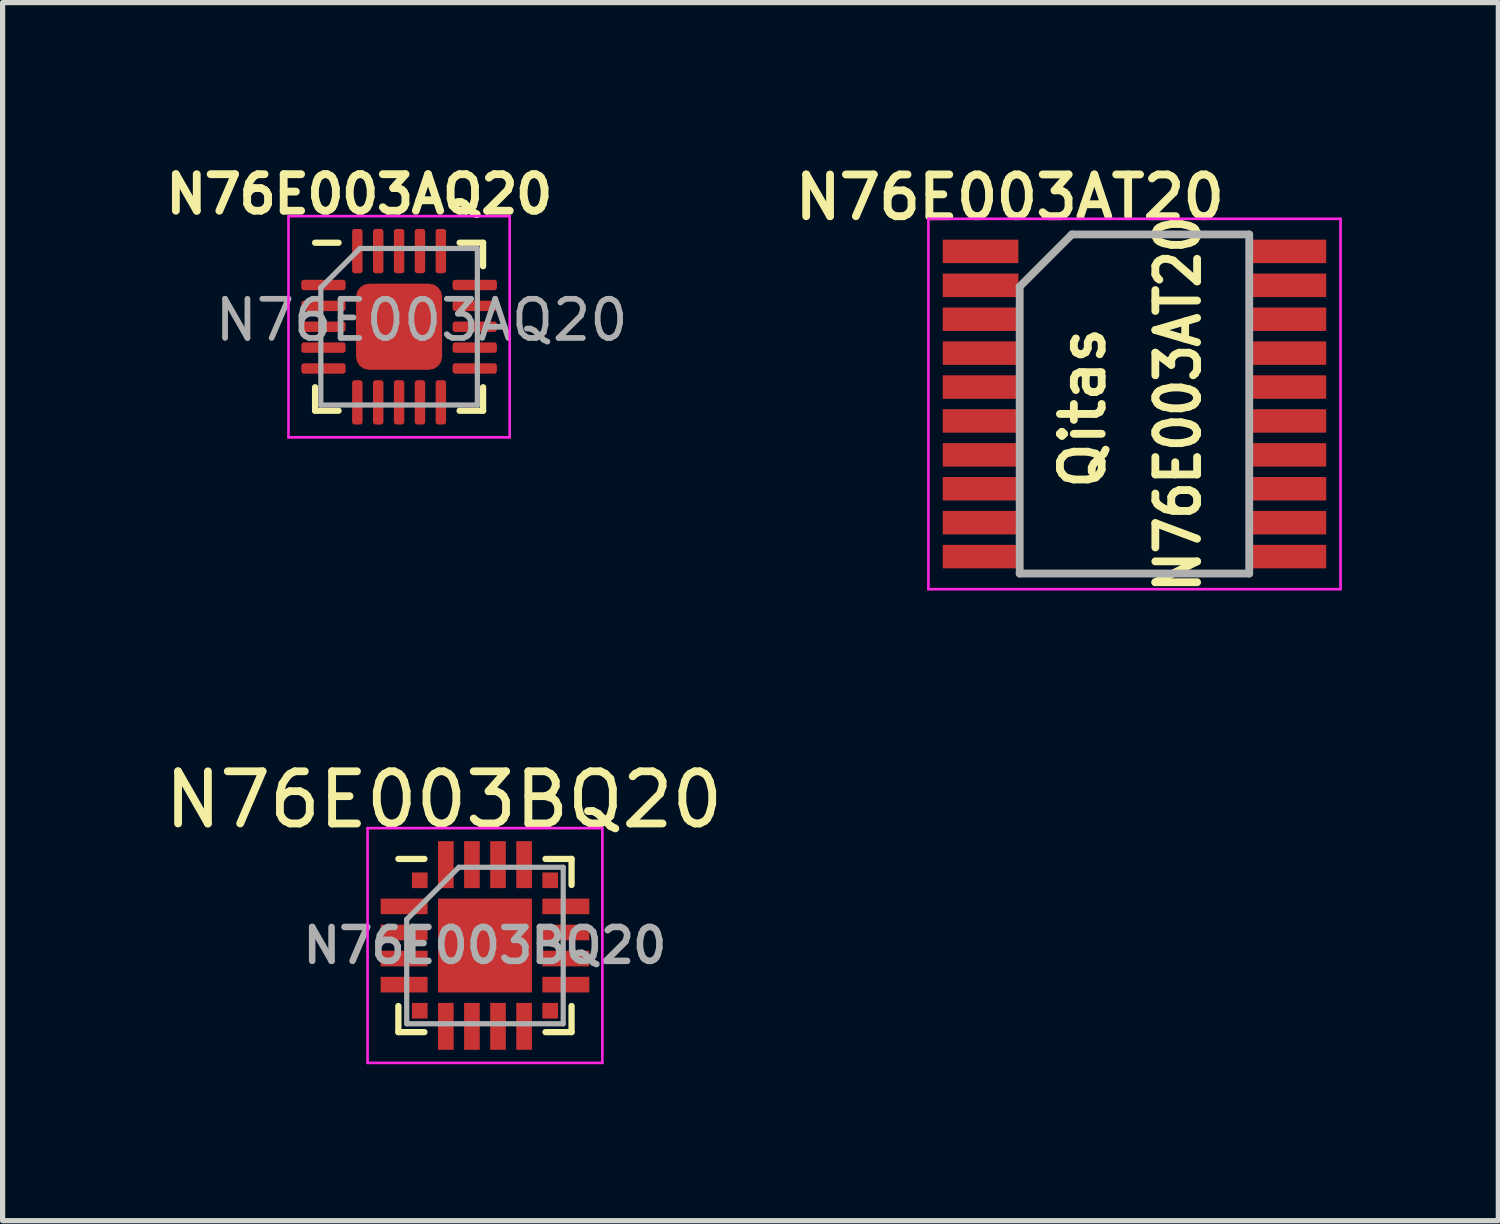
<source format=kicad_pcb>
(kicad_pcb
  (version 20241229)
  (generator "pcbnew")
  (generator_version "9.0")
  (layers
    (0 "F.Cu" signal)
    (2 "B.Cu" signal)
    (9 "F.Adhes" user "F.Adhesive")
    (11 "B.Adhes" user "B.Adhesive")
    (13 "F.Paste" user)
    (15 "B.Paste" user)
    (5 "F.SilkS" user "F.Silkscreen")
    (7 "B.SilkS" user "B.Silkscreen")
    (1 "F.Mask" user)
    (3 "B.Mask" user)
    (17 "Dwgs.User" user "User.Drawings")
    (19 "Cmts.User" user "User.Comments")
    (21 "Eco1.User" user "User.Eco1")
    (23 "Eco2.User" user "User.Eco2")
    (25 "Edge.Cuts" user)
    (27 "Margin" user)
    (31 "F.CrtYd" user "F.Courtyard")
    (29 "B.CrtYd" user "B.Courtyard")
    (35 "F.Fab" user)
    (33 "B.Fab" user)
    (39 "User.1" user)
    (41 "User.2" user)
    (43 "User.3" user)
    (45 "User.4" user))
  (footprint "N76E003AT20"
    (layer "F.Cu")
    (at 18.696 4.694)
    (property "Reference" "N76E003AT20" (at -2.388 -3.962 0) (layer "F.SilkS") (effects (font (size 0.8 0.8) (thickness 0.15))))
    (attr smd)
    (fp_line (start -3.95 -3.55) (end -3.95 3.55) (stroke (width 0.05) (type solid)) (layer "F.CrtYd"))
    (fp_line (start -3.95 -3.55) (end 3.95 -3.55) (stroke (width 0.05) (type solid)) (layer "F.CrtYd"))
    (fp_line (start -3.95 3.55) (end 3.95 3.55) (stroke (width 0.05) (type solid)) (layer "F.CrtYd"))
    (fp_line (start 3.95 -3.55) (end 3.95 3.55) (stroke (width 0.05) (type solid)) (layer "F.CrtYd"))
    (fp_line (start -2.2 -2.25) (end -1.2 -3.25) (stroke (width 0.15) (type solid)) (layer "F.Fab"))
    (fp_line (start -2.2 3.25) (end -2.2 -2.25) (stroke (width 0.15) (type solid)) (layer "F.Fab"))
    (fp_line (start -1.2 -3.25) (end 2.2 -3.25) (stroke (width 0.15) (type solid)) (layer "F.Fab"))
    (fp_line (start 2.2 -3.25) (end 2.2 3.25) (stroke (width 0.15) (type solid)) (layer "F.Fab"))
    (fp_line (start 2.2 3.25) (end -2.2 3.25) (stroke (width 0.15) (type solid)) (layer "F.Fab"))
    (fp_text user "N76E003AT20" (at 0.838 0 270) (layer "F.SilkS") (effects (font (size 0.8 0.7) (thickness 0.15))))
    (fp_text user "Qitas" (at -0.991 0.076 270) (layer "F.SilkS") (effects (font (size 0.8 0.8) (thickness 0.15))))
    (pad "1" smd rect (at -2.95 -2.925) (size 1.45 0.45) (layers "F.Cu" "F.Mask" "F.Paste"))
    (pad "2" smd rect (at -2.95 -2.275) (size 1.45 0.45) (layers "F.Cu" "F.Mask" "F.Paste"))
    (pad "3" smd rect (at -2.95 -1.625) (size 1.45 0.45) (layers "F.Cu" "F.Mask" "F.Paste"))
    (pad "4" smd rect (at -2.95 -0.975) (size 1.45 0.45) (layers "F.Cu" "F.Mask" "F.Paste"))
    (pad "5" smd rect (at -2.95 -0.325) (size 1.45 0.45) (layers "F.Cu" "F.Mask" "F.Paste"))
    (pad "6" smd rect (at -2.95 0.325) (size 1.45 0.45) (layers "F.Cu" "F.Mask" "F.Paste"))
    (pad "7" smd rect (at -2.95 0.975) (size 1.45 0.45) (layers "F.Cu" "F.Mask" "F.Paste"))
    (pad "8" smd rect (at -2.95 1.625) (size 1.45 0.45) (layers "F.Cu" "F.Mask" "F.Paste"))
    (pad "9" smd rect (at -2.95 2.275) (size 1.45 0.45) (layers "F.Cu" "F.Mask" "F.Paste"))
    (pad "10" smd rect (at -2.95 2.925) (size 1.45 0.45) (layers "F.Cu" "F.Mask" "F.Paste"))
    (pad "11" smd rect (at 2.95 2.925) (size 1.45 0.45) (layers "F.Cu" "F.Mask" "F.Paste"))
    (pad "12" smd rect (at 2.95 2.275) (size 1.45 0.45) (layers "F.Cu" "F.Mask" "F.Paste"))
    (pad "13" smd rect (at 2.95 1.625) (size 1.45 0.45) (layers "F.Cu" "F.Mask" "F.Paste"))
    (pad "14" smd rect (at 2.95 0.975) (size 1.45 0.45) (layers "F.Cu" "F.Mask" "F.Paste"))
    (pad "15" smd rect (at 2.95 0.325) (size 1.45 0.45) (layers "F.Cu" "F.Mask" "F.Paste"))
    (pad "16" smd rect (at 2.95 -0.325) (size 1.45 0.45) (layers "F.Cu" "F.Mask" "F.Paste"))
    (pad "17" smd rect (at 2.95 -0.975) (size 1.45 0.45) (layers "F.Cu" "F.Mask" "F.Paste"))
    (pad "18" smd rect (at 2.95 -1.625) (size 1.45 0.45) (layers "F.Cu" "F.Mask" "F.Paste"))
    (pad "19" smd rect (at 2.95 -2.275) (size 1.45 0.45) (layers "F.Cu" "F.Mask" "F.Paste"))
    (pad "20" smd rect (at 2.95 -2.925) (size 1.45 0.45) (layers "F.Cu" "F.Mask" "F.Paste")))
  (footprint "N76E003BQ20"
    (layer "F.Cu")
    (at 6.246 15.074)
    (property "Reference" "N76E003BQ20" (at -0.787 -2.794 0) (layer "F.SilkS") (effects (font (size 1 1) (thickness 0.15))))
    (attr smd)
    (fp_line (start -1.66 -1.66) (end -1.16 -1.66) (stroke (width 0.12) (type solid)) (layer "F.SilkS"))
    (fp_line (start -1.66 1.66) (end -1.66 1.16) (stroke (width 0.12) (type solid)) (layer "F.SilkS"))
    (fp_line (start -1.16 1.66) (end -1.66 1.66) (stroke (width 0.12) (type solid)) (layer "F.SilkS"))
    (fp_line (start 1.16 -1.66) (end 1.66 -1.66) (stroke (width 0.12) (type solid)) (layer "F.SilkS"))
    (fp_line (start 1.16 1.66) (end 1.66 1.66) (stroke (width 0.12) (type solid)) (layer "F.SilkS"))
    (fp_line (start 1.66 -1.66) (end 1.66 -1.16) (stroke (width 0.12) (type solid)) (layer "F.SilkS"))
    (fp_line (start 1.66 1.66) (end 1.66 1.16) (stroke (width 0.12) (type solid)) (layer "F.SilkS"))
    (fp_line (start -2.25 -2.25) (end -2.25 2.25) (stroke (width 0.05) (type solid)) (layer "F.CrtYd"))
    (fp_line (start -2.25 2.25) (end 2.25 2.25) (stroke (width 0.05) (type solid)) (layer "F.CrtYd"))
    (fp_line (start 2.25 -2.25) (end -2.25 -2.25) (stroke (width 0.05) (type solid)) (layer "F.CrtYd"))
    (fp_line (start 2.25 2.25) (end 2.25 -2.25) (stroke (width 0.05) (type solid)) (layer "F.CrtYd"))
    (fp_line (start -1.5 -0.5) (end -0.5 -1.5) (stroke (width 0.1) (type solid)) (layer "F.Fab"))
    (fp_line (start -1.5 1.5) (end -1.5 -0.5) (stroke (width 0.1) (type solid)) (layer "F.Fab"))
    (fp_line (start -0.5 -1.5) (end 1.5 -1.5) (stroke (width 0.1) (type solid)) (layer "F.Fab"))
    (fp_line (start 1.5 -1.5) (end 1.5 1.5) (stroke (width 0.1) (type solid)) (layer "F.Fab"))
    (fp_line (start 1.5 1.5) (end -1.5 1.5) (stroke (width 0.1) (type solid)) (layer "F.Fab"))
    (fp_text user "${REFERENCE}" (at 0 0 0) (layer "F.Fab") (effects (font (size 0.65 0.65) (thickness 0.125))))
    (pad "" smd rect (at -0.45 -0.45) (size 0.54 0.54) (layers "F.Paste"))
    (pad "" smd rect (at -0.45 0.45) (size 0.54 0.54) (layers "F.Paste"))
    (pad "" smd rect (at 0.45 -0.45) (size 0.54 0.54) (layers "F.Paste"))
    (pad "" smd rect (at 0.45 0.45) (size 0.54 0.54) (layers "F.Paste"))
    (pad "1" smd rect (at -1.25 -1.25) (size 0.3 0.3) (layers "F.Cu" "F.Mask" "F.Paste"))
    (pad "2" smd rect (at -1.55 -0.75) (size 0.9 0.3) (layers "F.Cu" "F.Mask" "F.Paste"))
    (pad "3" smd rect (at -1.55 -0.25) (size 0.9 0.3) (layers "F.Cu" "F.Mask" "F.Paste"))
    (pad "4" smd rect (at -1.55 0.25) (size 0.9 0.3) (layers "F.Cu" "F.Mask" "F.Paste"))
    (pad "5" smd rect (at -1.55 0.75) (size 0.9 0.3) (layers "F.Cu" "F.Mask" "F.Paste"))
    (pad "6" smd rect (at -1.25 1.25) (size 0.3 0.3) (layers "F.Cu" "F.Mask" "F.Paste"))
    (pad "7" smd rect (at -0.75 1.55 90) (size 0.9 0.3) (layers "F.Cu" "F.Mask" "F.Paste"))
    (pad "8" smd rect (at -0.25 1.55 90) (size 0.9 0.3) (layers "F.Cu" "F.Mask" "F.Paste"))
    (pad "9" smd rect (at 0.25 1.55 90) (size 0.9 0.3) (layers "F.Cu" "F.Mask" "F.Paste"))
    (pad "10" smd rect (at 0.75 1.55 90) (size 0.9 0.3) (layers "F.Cu" "F.Mask" "F.Paste"))
    (pad "11" smd rect (at 1.25 1.25) (size 0.3 0.3) (layers "F.Cu" "F.Mask" "F.Paste"))
    (pad "12" smd rect (at 1.55 0.75) (size 0.9 0.3) (layers "F.Cu" "F.Mask" "F.Paste"))
    (pad "13" smd rect (at 1.55 0.25) (size 0.9 0.3) (layers "F.Cu" "F.Mask" "F.Paste"))
    (pad "14" smd rect (at 1.55 -0.25) (size 0.9 0.3) (layers "F.Cu" "F.Mask" "F.Paste"))
    (pad "15" smd rect (at 1.55 -0.75) (size 0.9 0.3) (layers "F.Cu" "F.Mask" "F.Paste"))
    (pad "16" smd rect (at 1.25 -1.25) (size 0.3 0.3) (layers "F.Cu" "F.Mask" "F.Paste"))
    (pad "17" smd rect (at 0.75 -1.55 90) (size 0.9 0.3) (layers "F.Cu" "F.Mask" "F.Paste"))
    (pad "18" smd rect (at 0.25 -1.55 90) (size 0.9 0.3) (layers "F.Cu" "F.Mask" "F.Paste"))
    (pad "19" smd rect (at -0.25 -1.55 90) (size 0.9 0.3) (layers "F.Cu" "F.Mask" "F.Paste"))
    (pad "20" smd rect (at -0.75 -1.55 90) (size 0.9 0.3) (layers "F.Cu" "F.Mask" "F.Paste"))
    (pad "21" smd rect (at 0 0) (size 1.8 1.8) (layers "F.Cu" "F.Mask")))
  (footprint "N76E003AQ20"
    (layer "F.Cu")
    (at 4.6 3.213)
    (property "Reference" "N76E003AQ20" (at -0.762 -2.54 0) (layer "F.SilkS") (effects (font (size 0.7 0.7) (thickness 0.15))))
    (attr smd)
    (fp_line (start -1.61 1.61) (end -1.61 1.16) (stroke (width 0.12) (type solid)) (layer "F.SilkS"))
    (fp_line (start -1.16 -1.61) (end -1.61 -1.61) (stroke (width 0.12) (type solid)) (layer "F.SilkS"))
    (fp_line (start -1.16 1.61) (end -1.61 1.61) (stroke (width 0.12) (type solid)) (layer "F.SilkS"))
    (fp_line (start 1.16 -1.61) (end 1.61 -1.61) (stroke (width 0.12) (type solid)) (layer "F.SilkS"))
    (fp_line (start 1.16 1.61) (end 1.61 1.61) (stroke (width 0.12) (type solid)) (layer "F.SilkS"))
    (fp_line (start 1.61 -1.61) (end 1.61 -1.16) (stroke (width 0.12) (type solid)) (layer "F.SilkS"))
    (fp_line (start 1.61 1.61) (end 1.61 1.16) (stroke (width 0.12) (type solid)) (layer "F.SilkS"))
    (fp_line (start -2.12 -2.12) (end -2.12 2.12) (stroke (width 0.05) (type solid)) (layer "F.CrtYd"))
    (fp_line (start -2.12 2.12) (end 2.12 2.12) (stroke (width 0.05) (type solid)) (layer "F.CrtYd"))
    (fp_line (start 2.12 -2.12) (end -2.12 -2.12) (stroke (width 0.05) (type solid)) (layer "F.CrtYd"))
    (fp_line (start 2.12 2.12) (end 2.12 -2.12) (stroke (width 0.05) (type solid)) (layer "F.CrtYd"))
    (fp_line (start -1.5 -0.75) (end -0.75 -1.5) (stroke (width 0.1) (type solid)) (layer "F.Fab"))
    (fp_line (start -1.5 1.5) (end -1.5 -0.75) (stroke (width 0.1) (type solid)) (layer "F.Fab"))
    (fp_line (start -0.75 -1.5) (end 1.5 -1.5) (stroke (width 0.1) (type solid)) (layer "F.Fab"))
    (fp_line (start 1.5 -1.5) (end 1.5 1.5) (stroke (width 0.1) (type solid)) (layer "F.Fab"))
    (fp_line (start 1.5 1.5) (end -1.5 1.5) (stroke (width 0.1) (type solid)) (layer "F.Fab"))
    (fp_text user "${REFERENCE}" (at 0.432 -0.127 0) (layer "F.Fab") (effects (font (size 0.75 0.75) (thickness 0.11))))
    (pad "" smd roundrect (at -0.41 -0.41) (size 0.67 0.67) (layers "F.Paste") (roundrect_rratio 0.25))
    (pad "" smd roundrect (at -0.41 0.41) (size 0.67 0.67) (layers "F.Paste") (roundrect_rratio 0.25))
    (pad "" smd roundrect (at 0.41 -0.41) (size 0.67 0.67) (layers "F.Paste") (roundrect_rratio 0.25))
    (pad "" smd roundrect (at 0.41 0.41) (size 0.67 0.67) (layers "F.Paste") (roundrect_rratio 0.25))
    (pad "1" smd roundrect (at -1.45 -0.8) (size 0.85 0.2) (layers "F.Cu" "F.Mask" "F.Paste") (roundrect_rratio 0.25))
    (pad "2" smd roundrect (at -1.45 -0.4) (size 0.85 0.2) (layers "F.Cu" "F.Mask" "F.Paste") (roundrect_rratio 0.25))
    (pad "3" smd roundrect (at -1.45 0) (size 0.85 0.2) (layers "F.Cu" "F.Mask" "F.Paste") (roundrect_rratio 0.25))
    (pad "4" smd roundrect (at -1.45 0.4) (size 0.85 0.2) (layers "F.Cu" "F.Mask" "F.Paste") (roundrect_rratio 0.25))
    (pad "5" smd roundrect (at -1.45 0.8) (size 0.85 0.2) (layers "F.Cu" "F.Mask" "F.Paste") (roundrect_rratio 0.25))
    (pad "6" smd roundrect (at -0.8 1.45) (size 0.2 0.85) (layers "F.Cu" "F.Mask" "F.Paste") (roundrect_rratio 0.25))
    (pad "7" smd roundrect (at -0.4 1.45) (size 0.2 0.85) (layers "F.Cu" "F.Mask" "F.Paste") (roundrect_rratio 0.25))
    (pad "8" smd roundrect (at 0 1.45) (size 0.2 0.85) (layers "F.Cu" "F.Mask" "F.Paste") (roundrect_rratio 0.25))
    (pad "9" smd roundrect (at 0.4 1.45) (size 0.2 0.85) (layers "F.Cu" "F.Mask" "F.Paste") (roundrect_rratio 0.25))
    (pad "10" smd roundrect (at 0.8 1.45) (size 0.2 0.85) (layers "F.Cu" "F.Mask" "F.Paste") (roundrect_rratio 0.25))
    (pad "11" smd roundrect (at 1.45 0.8) (size 0.85 0.2) (layers "F.Cu" "F.Mask" "F.Paste") (roundrect_rratio 0.25))
    (pad "12" smd roundrect (at 1.45 0.4) (size 0.85 0.2) (layers "F.Cu" "F.Mask" "F.Paste") (roundrect_rratio 0.25))
    (pad "13" smd roundrect (at 1.45 0) (size 0.85 0.2) (layers "F.Cu" "F.Mask" "F.Paste") (roundrect_rratio 0.25))
    (pad "14" smd roundrect (at 1.45 -0.4) (size 0.85 0.2) (layers "F.Cu" "F.Mask" "F.Paste") (roundrect_rratio 0.25))
    (pad "15" smd roundrect (at 1.45 -0.8) (size 0.85 0.2) (layers "F.Cu" "F.Mask" "F.Paste") (roundrect_rratio 0.25))
    (pad "16" smd roundrect (at 0.8 -1.45) (size 0.2 0.85) (layers "F.Cu" "F.Mask" "F.Paste") (roundrect_rratio 0.25))
    (pad "17" smd roundrect (at 0.4 -1.45) (size 0.2 0.85) (layers "F.Cu" "F.Mask" "F.Paste") (roundrect_rratio 0.25))
    (pad "18" smd roundrect (at 0 -1.45) (size 0.2 0.85) (layers "F.Cu" "F.Mask" "F.Paste") (roundrect_rratio 0.25))
    (pad "19" smd roundrect (at -0.4 -1.45) (size 0.2 0.85) (layers "F.Cu" "F.Mask" "F.Paste") (roundrect_rratio 0.25))
    (pad "20" smd roundrect (at -0.8 -1.45) (size 0.2 0.85) (layers "F.Cu" "F.Mask" "F.Paste") (roundrect_rratio 0.25))
    (pad "21" smd roundrect (at 0 0) (size 1.65 1.65) (layers "F.Cu" "F.Mask") (roundrect_rratio 0.152)))
  (gr_rect
    (start -3 -3)
    (end 25.671 20.349)
    (stroke (width 0.1) (type default))
    (fill no)
    (layer "Edge.Cuts")))
</source>
